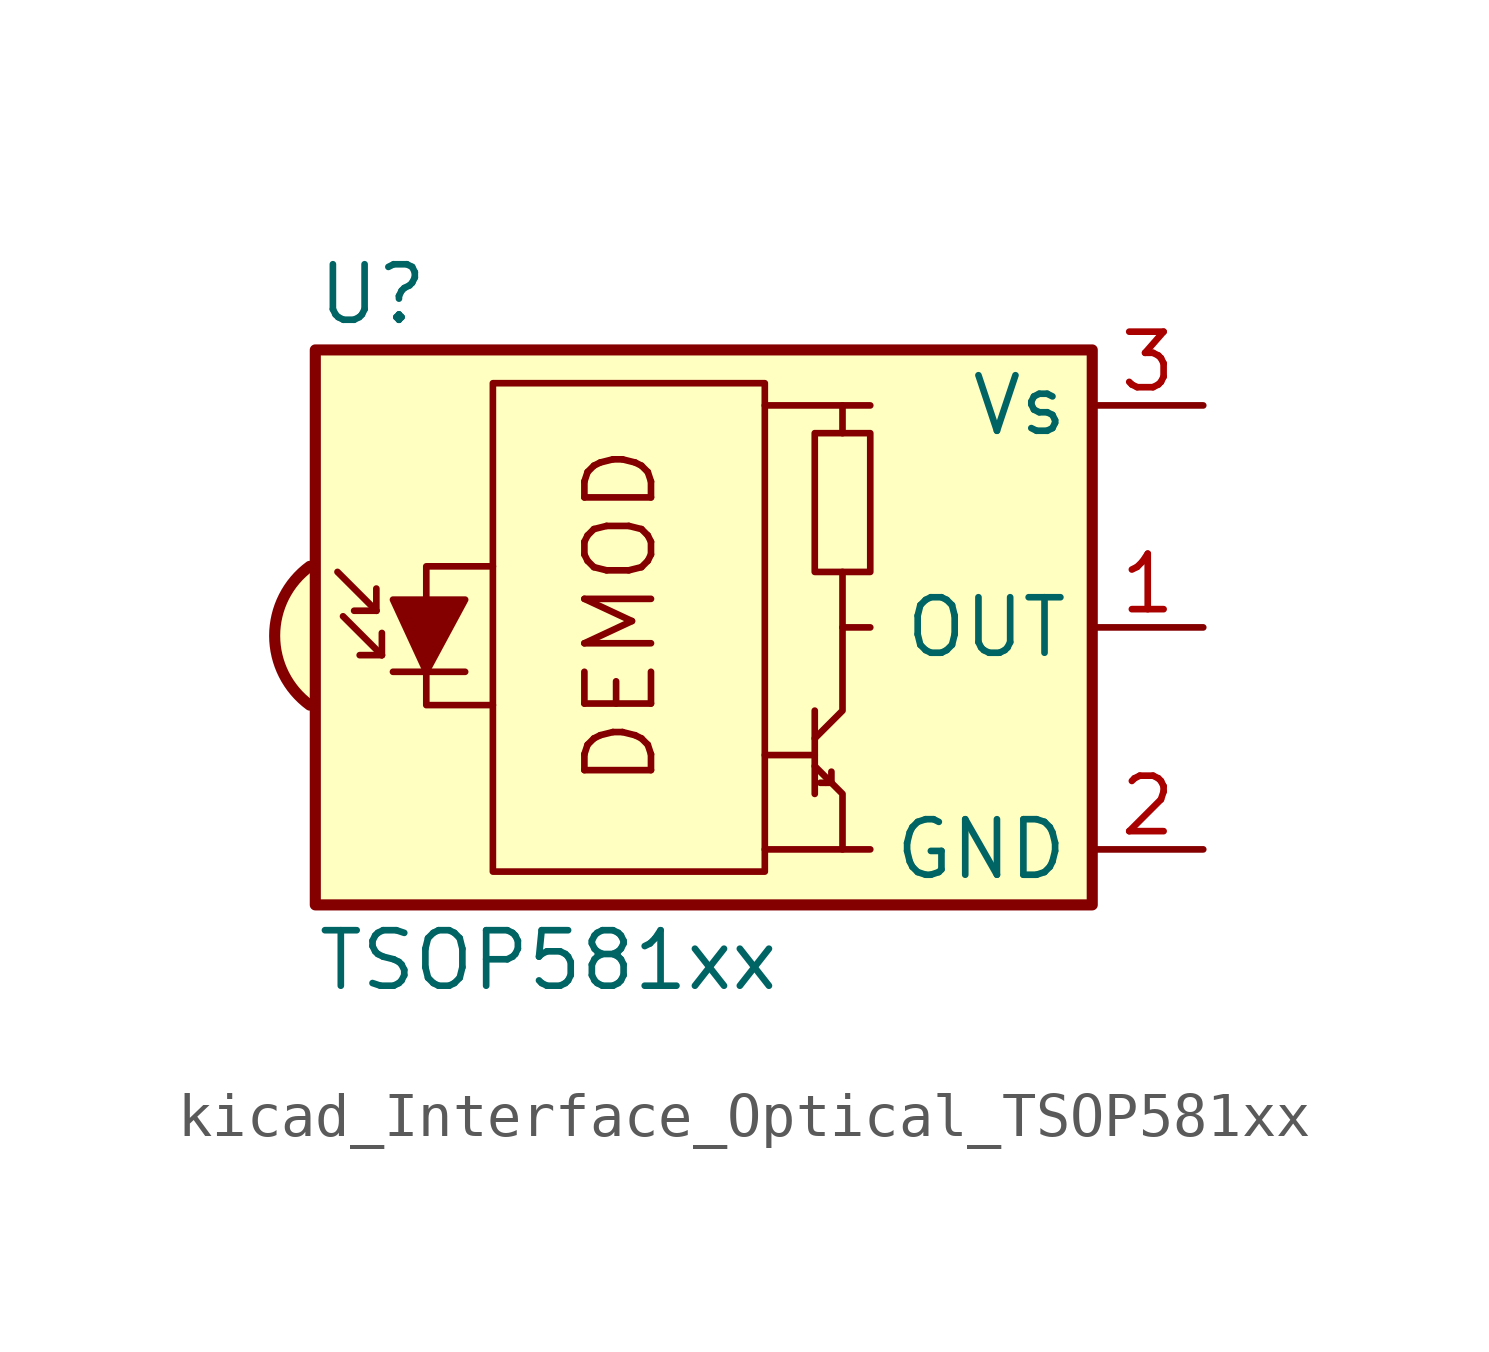
<source format=kicad_sym>
(kicad_symbol_lib
  (version 20220914)
  (generator kicad_symbol_editor)
  (symbol "kicad_Interface_Optical_TSOP581xx"
    (property "Reference" "U"
      (at -10.16 7.62 0)
      (effects (font (size 1.27 1.27)) (justify left)))
    (property "Value" "TSOP581xx"
      (at -10.16 -7.62 0)
      (effects (font (size 1.27 1.27)) (justify left)))
    (symbol "kicad_Interface_Optical_TSOP581xx_0_0"
      (arc (start -10.287 1.397) (mid -11.0899 -0.1852) (end -10.287 -1.778) (stroke (width 0.254) (type default)) (fill (type background)))
      (polyline (pts (xy 1.905 -5.08) (xy 0.127 -5.08)) (stroke (width 0) (type default)) (fill (type none)))
      (polyline (pts (xy 1.905 5.08) (xy 0.127 5.08)) (stroke (width 0) (type default)) (fill (type none)))
      (text "DEMOD" (at -3.175 0.254 900) (effects (font (size 1.524 1.524)))))
    (symbol "kicad_Interface_Optical_TSOP581xx_0_1"
      (rectangle (start -6.096 5.588) (end 0.127 -5.588) (stroke (width 0) (type default)) (fill (type none)))
      (polyline (pts (xy -8.763 0.381) (xy -9.652 1.27)) (stroke (width 0) (type default)) (fill (type none)))
      (polyline (pts (xy -8.763 0.381) (xy -9.271 0.381)) (stroke (width 0) (type default)) (fill (type none)))
      (polyline (pts (xy -8.763 0.381) (xy -8.763 0.889)) (stroke (width 0) (type default)) (fill (type none)))
      (polyline (pts (xy -8.636 -0.635) (xy -9.525 0.254)) (stroke (width 0) (type default)) (fill (type none)))
      (polyline (pts (xy -8.636 -0.635) (xy -9.144 -0.635)) (stroke (width 0) (type default)) (fill (type none)))
      (polyline (pts (xy -8.636 -0.635) (xy -8.636 -0.127)) (stroke (width 0) (type default)) (fill (type none)))
      (polyline (pts (xy -8.382 -1.016) (xy -6.731 -1.016)) (stroke (width 0) (type default)) (fill (type none)))
      (polyline (pts (xy 1.27 -2.921) (xy 0.127 -2.921)) (stroke (width 0) (type default)) (fill (type none)))
      (polyline (pts (xy 1.27 -1.905) (xy 1.27 -3.81)) (stroke (width 0) (type default)) (fill (type none)))
      (polyline (pts (xy 1.397 -3.556) (xy 1.524 -3.556)) (stroke (width 0) (type default)) (fill (type none)))
      (polyline (pts (xy 1.651 -3.556) (xy 1.524 -3.556)) (stroke (width 0) (type default)) (fill (type none)))
      (polyline (pts (xy 1.651 -3.556) (xy 1.651 -3.302)) (stroke (width 0) (type default)) (fill (type none)))
      (polyline (pts (xy 1.905 0) (xy 1.905 1.27)) (stroke (width 0) (type default)) (fill (type none)))
      (polyline (pts (xy 1.905 4.445) (xy 1.905 5.08) (xy 2.54 5.08)) (stroke (width 0) (type default)) (fill (type none)))
      (polyline (pts (xy -8.382 0.635) (xy -6.731 0.635) (xy -7.62 -1.016) (xy -8.382 0.635)) (stroke (width 0) (type default)) (fill (type outline)))
      (polyline (pts (xy -6.096 1.397) (xy -7.62 1.397) (xy -7.62 -1.778) (xy -6.096 -1.778)) (stroke (width 0) (type default)) (fill (type none)))
      (polyline (pts (xy 1.27 -3.175) (xy 1.905 -3.81) (xy 1.905 -5.08) (xy 2.54 -5.08)) (stroke (width 0) (type default)) (fill (type none)))
      (polyline (pts (xy 1.27 -2.54) (xy 1.905 -1.905) (xy 1.905 0) (xy 2.54 0)) (stroke (width 0) (type default)) (fill (type none)))
      (rectangle (start 2.54 1.27) (end 1.27 4.445) (stroke (width 0) (type default)) (fill (type none)))
      (rectangle (start 7.62 6.35) (end -10.16 -6.35) (stroke (width 0.254) (type default)) (fill (type background))))
    (symbol "kicad_Interface_Optical_TSOP581xx_1_1"
      (pin output line (at 10.16 0 180) (length 2.54) (name "OUT" (effects (font (size 1.27 1.27)))) (number "1" (effects (font (size 1.27 1.27)))))
      (pin power_in line (at 10.16 -5.08 180) (length 2.54) (name "GND" (effects (font (size 1.27 1.27)))) (number "2" (effects (font (size 1.27 1.27)))))
      (pin power_in line (at 10.16 5.08 180) (length 2.54) (name "Vs" (effects (font (size 1.27 1.27)))) (number "3" (effects (font (size 1.27 1.27))))))))
</source>
